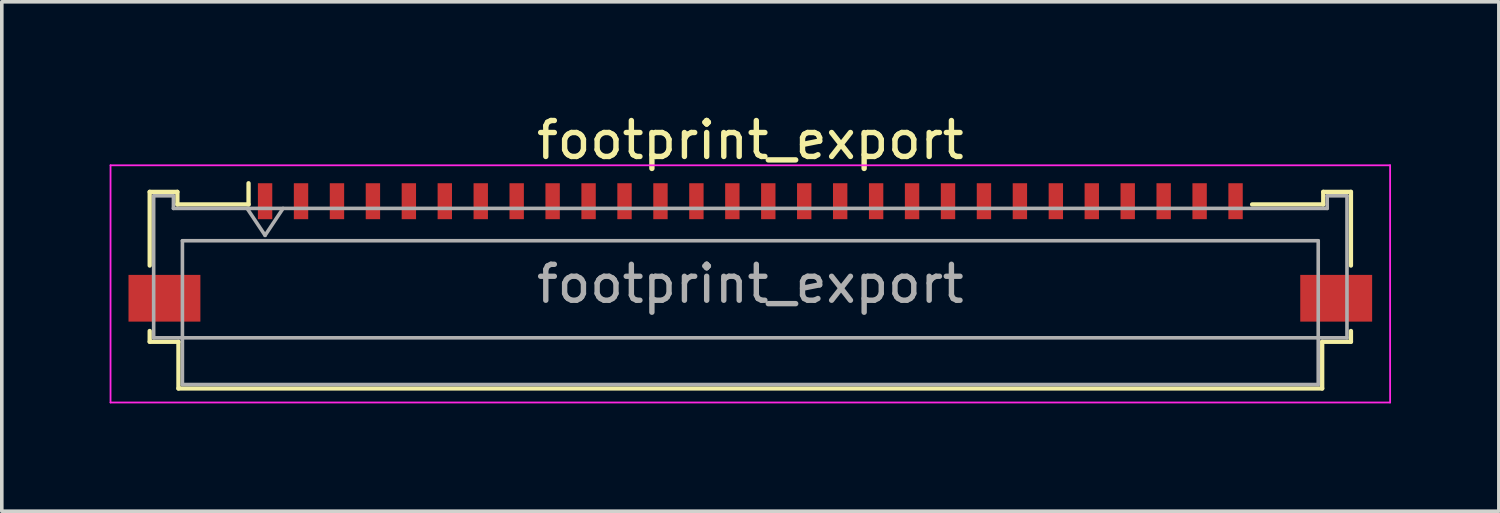
<source format=kicad_pcb>
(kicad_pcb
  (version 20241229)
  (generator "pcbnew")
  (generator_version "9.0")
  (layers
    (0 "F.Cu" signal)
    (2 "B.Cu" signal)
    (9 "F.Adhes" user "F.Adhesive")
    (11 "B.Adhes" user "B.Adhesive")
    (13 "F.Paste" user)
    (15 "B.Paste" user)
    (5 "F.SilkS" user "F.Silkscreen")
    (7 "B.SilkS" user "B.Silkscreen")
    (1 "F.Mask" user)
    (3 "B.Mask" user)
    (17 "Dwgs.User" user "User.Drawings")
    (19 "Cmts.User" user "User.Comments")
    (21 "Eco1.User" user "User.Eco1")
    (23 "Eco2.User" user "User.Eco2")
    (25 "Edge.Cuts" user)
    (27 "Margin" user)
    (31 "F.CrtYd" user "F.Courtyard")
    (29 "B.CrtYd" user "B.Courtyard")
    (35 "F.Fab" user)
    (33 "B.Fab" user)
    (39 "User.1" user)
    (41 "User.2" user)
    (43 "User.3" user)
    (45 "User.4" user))
  (footprint "footprint_export"
    (layer "F.Cu")
    (at 17.825 3.458)
    (property "Reference" "footprint_export" (at 0 -2.61 0) (layer "F.SilkS") (effects (font (size 1 1) (thickness 0.15))))
    (attr smd)
    (fp_line (start -16.71 -1.17) (end -16.71 0.88) (stroke (width 0.12) (type solid)) (layer "F.SilkS"))
    (fp_line (start -16.71 2.7) (end -16.71 3) (stroke (width 0.12) (type solid)) (layer "F.SilkS"))
    (fp_line (start -16.71 3) (end -15.91 3) (stroke (width 0.12) (type solid)) (layer "F.SilkS"))
    (fp_line (start -15.94 -1.17) (end -16.71 -1.17) (stroke (width 0.12) (type solid)) (layer "F.SilkS"))
    (fp_line (start -15.94 -0.82) (end -15.94 -1.17) (stroke (width 0.12) (type solid)) (layer "F.SilkS"))
    (fp_line (start -15.91 3) (end -15.91 4.3) (stroke (width 0.12) (type solid)) (layer "F.SilkS"))
    (fp_line (start -15.91 4.3) (end 15.91 4.3) (stroke (width 0.12) (type solid)) (layer "F.SilkS"))
    (fp_line (start -13.96 -1.41) (end -13.96 -0.82) (stroke (width 0.12) (type solid)) (layer "F.SilkS"))
    (fp_line (start -13.96 -0.82) (end -15.94 -0.82) (stroke (width 0.12) (type solid)) (layer "F.SilkS"))
    (fp_line (start 15.91 3) (end 16.71 3) (stroke (width 0.12) (type solid)) (layer "F.SilkS"))
    (fp_line (start 15.91 4.3) (end 15.91 3) (stroke (width 0.12) (type solid)) (layer "F.SilkS"))
    (fp_line (start 15.94 -1.17) (end 15.94 -0.82) (stroke (width 0.12) (type solid)) (layer "F.SilkS"))
    (fp_line (start 15.94 -0.82) (end 13.96 -0.82) (stroke (width 0.12) (type solid)) (layer "F.SilkS"))
    (fp_line (start 16.71 -1.17) (end 15.94 -1.17) (stroke (width 0.12) (type solid)) (layer "F.SilkS"))
    (fp_line (start 16.71 0.88) (end 16.71 -1.17) (stroke (width 0.12) (type solid)) (layer "F.SilkS"))
    (fp_line (start 16.71 3) (end 16.71 2.7) (stroke (width 0.12) (type solid)) (layer "F.SilkS"))
    (fp_line (start -17.8 -1.91) (end -17.8 4.69) (stroke (width 0.05) (type solid)) (layer "F.CrtYd"))
    (fp_line (start -17.8 4.69) (end 17.8 4.69) (stroke (width 0.05) (type solid)) (layer "F.CrtYd"))
    (fp_line (start 17.8 -1.91) (end -17.8 -1.91) (stroke (width 0.05) (type solid)) (layer "F.CrtYd"))
    (fp_line (start 17.8 4.69) (end 17.8 -1.91) (stroke (width 0.05) (type solid)) (layer "F.CrtYd"))
    (fp_line (start -16.6 -1.06) (end -16.6 2.89) (stroke (width 0.1) (type solid)) (layer "F.Fab"))
    (fp_line (start -16.6 2.89) (end 16.6 2.89) (stroke (width 0.1) (type solid)) (layer "F.Fab"))
    (fp_line (start -16.05 -1.06) (end -16.6 -1.06) (stroke (width 0.1) (type solid)) (layer "F.Fab"))
    (fp_line (start -16.05 -0.71) (end -16.05 -1.06) (stroke (width 0.1) (type solid)) (layer "F.Fab"))
    (fp_line (start -15.8 0.19) (end -15.8 4.19) (stroke (width 0.1) (type solid)) (layer "F.Fab"))
    (fp_line (start -15.8 4.19) (end 15.8 4.19) (stroke (width 0.1) (type solid)) (layer "F.Fab"))
    (fp_line (start -14 -0.71) (end -13.5 0.04) (stroke (width 0.1) (type solid)) (layer "F.Fab"))
    (fp_line (start -13.5 0.04) (end -13 -0.71) (stroke (width 0.1) (type solid)) (layer "F.Fab"))
    (fp_line (start 15.8 0.19) (end -15.8 0.19) (stroke (width 0.1) (type solid)) (layer "F.Fab"))
    (fp_line (start 15.8 4.19) (end 15.8 0.19) (stroke (width 0.1) (type solid)) (layer "F.Fab"))
    (fp_line (start 16.05 -1.06) (end 16.05 -0.71) (stroke (width 0.1) (type solid)) (layer "F.Fab"))
    (fp_line (start 16.05 -0.71) (end -16.05 -0.71) (stroke (width 0.1) (type solid)) (layer "F.Fab"))
    (fp_line (start 16.6 -1.06) (end 16.05 -1.06) (stroke (width 0.1) (type solid)) (layer "F.Fab"))
    (fp_line (start 16.6 2.89) (end 16.6 -1.06) (stroke (width 0.1) (type solid)) (layer "F.Fab"))
    (fp_text user "${REFERENCE}" (at 0 1.39 0) (layer "F.Fab") (effects (font (size 1 1) (thickness 0.15))))
    (pad "1" smd rect (at -13.5 -0.91) (size 0.4 1) (layers "F.Cu" "F.Mask" "F.Paste"))
    (pad "2" smd rect (at -12.5 -0.91) (size 0.4 1) (layers "F.Cu" "F.Mask" "F.Paste"))
    (pad "3" smd rect (at -11.5 -0.91) (size 0.4 1) (layers "F.Cu" "F.Mask" "F.Paste"))
    (pad "4" smd rect (at -10.5 -0.91) (size 0.4 1) (layers "F.Cu" "F.Mask" "F.Paste"))
    (pad "5" smd rect (at -9.5 -0.91) (size 0.4 1) (layers "F.Cu" "F.Mask" "F.Paste"))
    (pad "6" smd rect (at -8.5 -0.91) (size 0.4 1) (layers "F.Cu" "F.Mask" "F.Paste"))
    (pad "7" smd rect (at -7.5 -0.91) (size 0.4 1) (layers "F.Cu" "F.Mask" "F.Paste"))
    (pad "8" smd rect (at -6.5 -0.91) (size 0.4 1) (layers "F.Cu" "F.Mask" "F.Paste"))
    (pad "9" smd rect (at -5.5 -0.91) (size 0.4 1) (layers "F.Cu" "F.Mask" "F.Paste"))
    (pad "10" smd rect (at -4.5 -0.91) (size 0.4 1) (layers "F.Cu" "F.Mask" "F.Paste"))
    (pad "11" smd rect (at -3.5 -0.91) (size 0.4 1) (layers "F.Cu" "F.Mask" "F.Paste"))
    (pad "12" smd rect (at -2.5 -0.91) (size 0.4 1) (layers "F.Cu" "F.Mask" "F.Paste"))
    (pad "13" smd rect (at -1.5 -0.91) (size 0.4 1) (layers "F.Cu" "F.Mask" "F.Paste"))
    (pad "14" smd rect (at -0.5 -0.91) (size 0.4 1) (layers "F.Cu" "F.Mask" "F.Paste"))
    (pad "15" smd rect (at 0.5 -0.91) (size 0.4 1) (layers "F.Cu" "F.Mask" "F.Paste"))
    (pad "16" smd rect (at 1.5 -0.91) (size 0.4 1) (layers "F.Cu" "F.Mask" "F.Paste"))
    (pad "17" smd rect (at 2.5 -0.91) (size 0.4 1) (layers "F.Cu" "F.Mask" "F.Paste"))
    (pad "18" smd rect (at 3.5 -0.91) (size 0.4 1) (layers "F.Cu" "F.Mask" "F.Paste"))
    (pad "19" smd rect (at 4.5 -0.91) (size 0.4 1) (layers "F.Cu" "F.Mask" "F.Paste"))
    (pad "20" smd rect (at 5.5 -0.91) (size 0.4 1) (layers "F.Cu" "F.Mask" "F.Paste"))
    (pad "21" smd rect (at 6.5 -0.91) (size 0.4 1) (layers "F.Cu" "F.Mask" "F.Paste"))
    (pad "22" smd rect (at 7.5 -0.91) (size 0.4 1) (layers "F.Cu" "F.Mask" "F.Paste"))
    (pad "23" smd rect (at 8.5 -0.91) (size 0.4 1) (layers "F.Cu" "F.Mask" "F.Paste"))
    (pad "24" smd rect (at 9.5 -0.91) (size 0.4 1) (layers "F.Cu" "F.Mask" "F.Paste"))
    (pad "25" smd rect (at 10.5 -0.91) (size 0.4 1) (layers "F.Cu" "F.Mask" "F.Paste"))
    (pad "26" smd rect (at 11.5 -0.91) (size 0.4 1) (layers "F.Cu" "F.Mask" "F.Paste"))
    (pad "27" smd rect (at 12.5 -0.91) (size 0.4 1) (layers "F.Cu" "F.Mask" "F.Paste"))
    (pad "28" smd rect (at 13.5 -0.91) (size 0.4 1) (layers "F.Cu" "F.Mask" "F.Paste"))
    (pad "MP" smd rect (at -16.3 1.79) (size 2 1.3) (layers "F.Cu" "F.Mask" "F.Paste"))
    (pad "MP" smd rect (at 16.3 1.79) (size 2 1.3) (layers "F.Cu" "F.Mask" "F.Paste")))
  (gr_rect
    (start -3 -3)
    (end 38.65 11.173)
    (stroke (width 0.1) (type default))
    (fill no)
    (layer "Edge.Cuts")))
</source>
